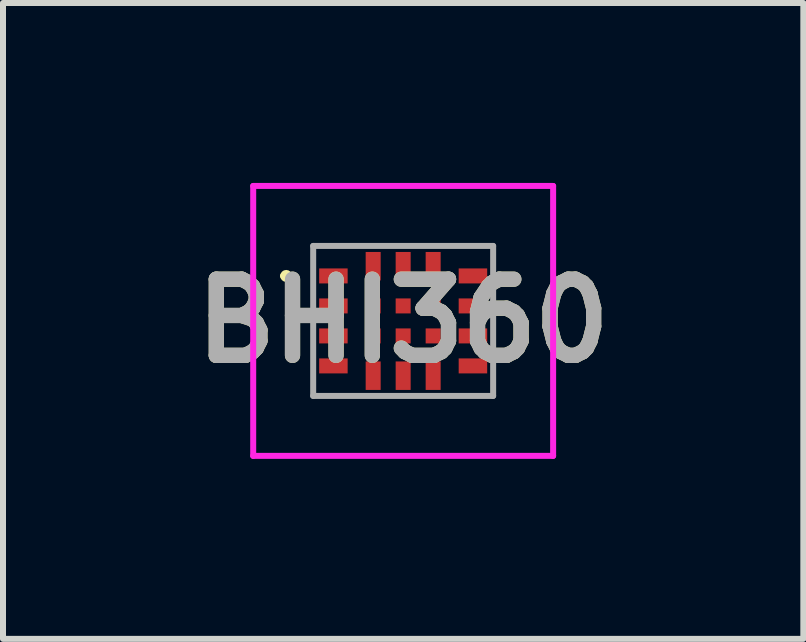
<source format=kicad_pcb>
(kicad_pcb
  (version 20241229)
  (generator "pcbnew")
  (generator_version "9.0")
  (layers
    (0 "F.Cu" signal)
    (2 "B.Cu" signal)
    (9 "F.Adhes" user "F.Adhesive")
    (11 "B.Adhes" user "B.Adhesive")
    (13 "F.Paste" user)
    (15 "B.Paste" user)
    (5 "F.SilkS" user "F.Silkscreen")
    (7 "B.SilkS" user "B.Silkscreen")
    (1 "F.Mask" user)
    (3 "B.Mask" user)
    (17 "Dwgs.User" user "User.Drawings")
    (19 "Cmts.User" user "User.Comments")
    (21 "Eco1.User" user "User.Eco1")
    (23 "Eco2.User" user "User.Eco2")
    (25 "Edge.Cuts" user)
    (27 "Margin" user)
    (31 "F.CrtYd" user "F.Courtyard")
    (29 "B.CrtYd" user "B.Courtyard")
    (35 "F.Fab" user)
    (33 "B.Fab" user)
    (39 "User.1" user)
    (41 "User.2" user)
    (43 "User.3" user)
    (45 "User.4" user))
  (footprint "BHI360"
    (layer "F.Cu")
    (at 3.671 2.3)
    (property "Reference" "BHI360" (at 0 0 0) (layer "F.SilkS") (effects (font (size 1.27 1.27) (thickness 0.254))))
    (attr smd)
    (fp_line (start -2 -0.75) (end -2 -0.75) (stroke (width 0.1) (type solid)) (layer "F.SilkS"))
    (fp_line (start -1.9 -0.75) (end -1.9 -0.75) (stroke (width 0.1) (type solid)) (layer "F.SilkS"))
    (fp_arc (start -2 -0.75) (mid -1.95 -0.8) (end -1.9 -0.75) (stroke (width 0.1) (type solid)) (layer "F.SilkS"))
    (fp_arc (start -1.9 -0.75) (mid -1.95 -0.7) (end -2 -0.75) (stroke (width 0.1) (type solid)) (layer "F.SilkS"))
    (fp_line (start -2.5 -2.25) (end 2.5 -2.25) (stroke (width 0.1) (type solid)) (layer "F.CrtYd"))
    (fp_line (start -2.5 2.25) (end -2.5 -2.25) (stroke (width 0.1) (type solid)) (layer "F.CrtYd"))
    (fp_line (start 2.5 -2.25) (end 2.5 2.25) (stroke (width 0.1) (type solid)) (layer "F.CrtYd"))
    (fp_line (start 2.5 2.25) (end -2.5 2.25) (stroke (width 0.1) (type solid)) (layer "F.CrtYd"))
    (fp_line (start -1.5 -1.25) (end 1.5 -1.25) (stroke (width 0.1) (type solid)) (layer "F.Fab"))
    (fp_line (start -1.5 1.25) (end -1.5 -1.25) (stroke (width 0.1) (type solid)) (layer "F.Fab"))
    (fp_line (start 1.5 -1.25) (end 1.5 1.25) (stroke (width 0.1) (type solid)) (layer "F.Fab"))
    (fp_line (start 1.5 1.25) (end -1.5 1.25) (stroke (width 0.1) (type solid)) (layer "F.Fab"))
    (fp_text user "${REFERENCE}" (at 0 0 0) (layer "F.Fab") (effects (font (size 1.27 1.27) (thickness 0.254))))
    (pad "1" smd rect (at -1.163 -0.75 90) (size 0.25 0.475) (layers "F.Cu" "F.Mask" "F.Paste"))
    (pad "2" smd rect (at -1.163 -0.25 90) (size 0.25 0.475) (layers "F.Cu" "F.Mask" "F.Paste"))
    (pad "3" smd rect (at -1.163 0.25 90) (size 0.25 0.475) (layers "F.Cu" "F.Mask" "F.Paste"))
    (pad "4" smd rect (at -1.163 0.75 90) (size 0.25 0.475) (layers "F.Cu" "F.Mask" "F.Paste"))
    (pad "5" smd rect (at -0.5 0.913) (size 0.25 0.475) (layers "F.Cu" "F.Mask" "F.Paste"))
    (pad "6" smd rect (at 0 0.913) (size 0.25 0.475) (layers "F.Cu" "F.Mask" "F.Paste"))
    (pad "7" smd rect (at 0.5 0.913) (size 0.25 0.475) (layers "F.Cu" "F.Mask" "F.Paste"))
    (pad "8" smd rect (at 1.163 0.75 90) (size 0.25 0.475) (layers "F.Cu" "F.Mask" "F.Paste"))
    (pad "9" smd rect (at 1.163 0.25 90) (size 0.25 0.475) (layers "F.Cu" "F.Mask" "F.Paste"))
    (pad "10" smd rect (at 1.163 -0.25 90) (size 0.25 0.475) (layers "F.Cu" "F.Mask" "F.Paste"))
    (pad "11" smd rect (at 1.163 -0.75 90) (size 0.25 0.475) (layers "F.Cu" "F.Mask" "F.Paste"))
    (pad "12" smd rect (at 0.5 -0.912) (size 0.25 0.475) (layers "F.Cu" "F.Mask" "F.Paste"))
    (pad "13" smd rect (at 0 -0.912) (size 0.25 0.475) (layers "F.Cu" "F.Mask" "F.Paste"))
    (pad "14" smd rect (at -0.5 -0.912) (size 0.25 0.475) (layers "F.Cu" "F.Mask" "F.Paste"))
    (pad "15" smd rect (at -0.5 0.25) (size 0.25 0.25) (layers "F.Cu" "F.Mask" "F.Paste"))
    (pad "16" smd rect (at 0 0.25) (size 0.25 0.25) (layers "F.Cu" "F.Mask" "F.Paste"))
    (pad "17" smd rect (at 0.5 0.25) (size 0.25 0.25) (layers "F.Cu" "F.Mask" "F.Paste"))
    (pad "18" smd rect (at 0.5 -0.25) (size 0.25 0.25) (layers "F.Cu" "F.Mask" "F.Paste"))
    (pad "19" smd rect (at 0 -0.25) (size 0.25 0.25) (layers "F.Cu" "F.Mask" "F.Paste"))
    (pad "20" smd rect (at -0.5 -0.25) (size 0.25 0.25) (layers "F.Cu" "F.Mask" "F.Paste")))
  (gr_rect
    (start -3 -3)
    (end 10.342 7.6)
    (stroke (width 0.1) (type default))
    (fill no)
    (layer "Edge.Cuts")))
</source>
